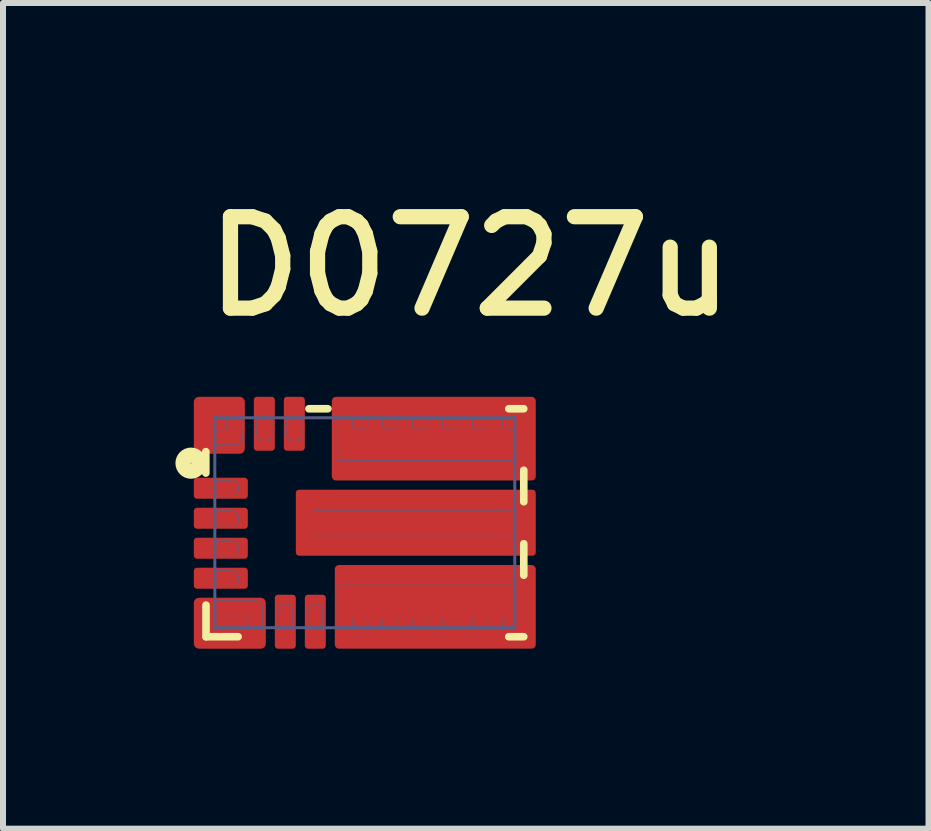
<source format=kicad_pcb>
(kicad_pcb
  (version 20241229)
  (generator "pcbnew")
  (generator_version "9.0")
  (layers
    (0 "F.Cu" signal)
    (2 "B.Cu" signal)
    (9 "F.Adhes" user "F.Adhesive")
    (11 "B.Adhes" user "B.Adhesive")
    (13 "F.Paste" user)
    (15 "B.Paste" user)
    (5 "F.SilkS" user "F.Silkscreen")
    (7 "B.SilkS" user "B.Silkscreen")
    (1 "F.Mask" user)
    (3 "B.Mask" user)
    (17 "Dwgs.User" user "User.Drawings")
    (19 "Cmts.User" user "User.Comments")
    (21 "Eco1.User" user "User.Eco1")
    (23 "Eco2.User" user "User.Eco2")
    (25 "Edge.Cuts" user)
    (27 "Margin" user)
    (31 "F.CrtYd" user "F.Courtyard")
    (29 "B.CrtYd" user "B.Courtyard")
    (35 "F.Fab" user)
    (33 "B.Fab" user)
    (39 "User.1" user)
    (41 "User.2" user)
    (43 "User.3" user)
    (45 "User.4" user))
  (footprint "D0727u"
    (layer "F.Cu")
    (at 3.031 5.664)
    (property "Reference" "D0727u" (at -2.769 -3.378 0) (unlocked yes) (layer "F.SilkS") (effects (font (size 1.524 1.524) (thickness 0.254)) (justify left bottom)))
    (attr smd)
    (fp_poly (pts (xy -2.548 1.56) (xy -1.69 1.56) (xy -1.69 1.29) (xy -2.548 1.29)) (stroke (width 0.03) (type solid)) (fill yes) (layer "F.Mask"))
    (fp_poly (pts (xy -2.057 -0.44) (xy -2.057 -0.71) (xy -2.547 -0.71) (xy -2.547 -0.44)) (stroke (width 0.03) (type solid)) (fill yes) (layer "F.Mask"))
    (fp_poly (pts (xy -2.057 0.06) (xy -2.057 -0.21) (xy -2.547 -0.21) (xy -2.547 0.06)) (stroke (width 0.03) (type solid)) (fill yes) (layer "F.Mask"))
    (fp_poly (pts (xy -2.057 0.56) (xy -2.057 0.29) (xy -2.547 0.29) (xy -2.547 0.56)) (stroke (width 0.03) (type solid)) (fill yes) (layer "F.Mask"))
    (fp_poly (pts (xy -2.057 1.06) (xy -2.057 0.79) (xy -2.547 0.79) (xy -2.547 1.06)) (stroke (width 0.03) (type solid)) (fill yes) (layer "F.Mask"))
    (fp_poly (pts (xy -2.047 -1.56) (xy -2.553 -1.56) (xy -2.553 -1.29) (xy -2.047 -1.29)) (stroke (width 0.03) (type solid)) (fill yes) (layer "F.Mask"))
    (fp_poly (pts (xy -2.04 -1.29) (xy -2.04 -1.796) (xy -2.31 -1.796) (xy -2.31 -1.29)) (stroke (width 0.03) (type solid)) (fill yes) (layer "F.Mask"))
    (fp_poly (pts (xy -1.69 1.795) (xy -1.69 1.305) (xy -1.96 1.305) (xy -1.96 1.795)) (stroke (width 0.03) (type solid)) (fill yes) (layer "F.Mask"))
    (fp_poly (pts (xy -1.54 -1.305) (xy -1.54 -1.795) (xy -1.81 -1.795) (xy -1.81 -1.305)) (stroke (width 0.03) (type solid)) (fill yes) (layer "F.Mask"))
    (fp_poly (pts (xy -1.19 1.795) (xy -1.19 1.305) (xy -1.46 1.305) (xy -1.46 1.795)) (stroke (width 0.03) (type solid)) (fill yes) (layer "F.Mask"))
    (fp_poly (pts (xy -1.04 -1.305) (xy -1.04 -1.795) (xy -1.31 -1.795) (xy -1.31 -1.305)) (stroke (width 0.03) (type solid)) (fill yes) (layer "F.Mask"))
    (fp_poly (pts (xy -0.845 0.192) (xy 2.464 0.192) (xy 2.464 -0.192) (xy -0.845 -0.192)) (stroke (width 0.096) (type solid)) (fill yes) (layer "F.Mask"))
    (fp_poly (pts (xy -0.69 1.795) (xy -0.69 1.305) (xy -0.96 1.305) (xy -0.96 1.795)) (stroke (width 0.03) (type solid)) (fill yes) (layer "F.Mask"))
    (fp_poly (pts (xy -0.446 -1.045) (xy 2.495 -1.045) (xy 2.495 -1.576) (xy -0.446 -1.576)) (stroke (width 0.059) (type solid)) (fill yes) (layer "F.Mask"))
    (fp_poly (pts (xy -0.19 -1.305) (xy -0.19 -1.795) (xy -0.46 -1.795) (xy -0.46 -1.305)) (stroke (width 0.03) (type solid)) (fill yes) (layer "F.Mask"))
    (fp_poly (pts (xy -0.19 1.795) (xy -0.19 1.305) (xy -0.46 1.305) (xy -0.46 1.795)) (stroke (width 0.03) (type solid)) (fill yes) (layer "F.Mask"))
    (fp_poly (pts (xy 0.31 -1.305) (xy 0.31 -1.795) (xy 0.04 -1.795) (xy 0.04 -1.305)) (stroke (width 0.03) (type solid)) (fill yes) (layer "F.Mask"))
    (fp_poly (pts (xy 0.31 1.795) (xy 0.31 1.305) (xy 0.04 1.305) (xy 0.04 1.795)) (stroke (width 0.03) (type solid)) (fill yes) (layer "F.Mask"))
    (fp_poly (pts (xy 0.81 -1.305) (xy 0.81 -1.795) (xy 0.54 -1.795) (xy 0.54 -1.305)) (stroke (width 0.03) (type solid)) (fill yes) (layer "F.Mask"))
    (fp_poly (pts (xy 0.81 1.795) (xy 0.81 1.305) (xy 0.54 1.305) (xy 0.54 1.795)) (stroke (width 0.03) (type solid)) (fill yes) (layer "F.Mask"))
    (fp_poly (pts (xy 1.31 -1.305) (xy 1.31 -1.795) (xy 1.04 -1.795) (xy 1.04 -1.305)) (stroke (width 0.03) (type solid)) (fill yes) (layer "F.Mask"))
    (fp_poly (pts (xy 1.31 1.795) (xy 1.31 1.305) (xy 1.04 1.305) (xy 1.04 1.795)) (stroke (width 0.03) (type solid)) (fill yes) (layer "F.Mask"))
    (fp_poly (pts (xy 1.81 -1.305) (xy 1.81 -1.795) (xy 1.54 -1.795) (xy 1.54 -1.305)) (stroke (width 0.03) (type solid)) (fill yes) (layer "F.Mask"))
    (fp_poly (pts (xy 1.81 1.795) (xy 1.81 1.305) (xy 1.54 1.305) (xy 1.54 1.795)) (stroke (width 0.03) (type solid)) (fill yes) (layer "F.Mask"))
    (fp_poly (pts (xy 2.31 -1.305) (xy 2.31 -1.795) (xy 2.04 -1.795) (xy 2.04 -1.305)) (stroke (width 0.03) (type solid)) (fill yes) (layer "F.Mask"))
    (fp_poly (pts (xy 2.31 1.795) (xy 2.31 1.305) (xy 2.04 1.305) (xy 2.04 1.795)) (stroke (width 0.03) (type solid)) (fill yes) (layer "F.Mask"))
    (fp_poly (pts (xy 2.495 1.045) (xy -0.446 1.045) (xy -0.446 1.576) (xy 2.495 1.576)) (stroke (width 0.059) (type solid)) (fill yes) (layer "F.Mask"))
    (fp_line (start -2.65 -0.828) (end -2.65 -1.185) (stroke (width 0.127) (type solid)) (layer "F.SilkS"))
    (fp_line (start -2.647 1.9) (end -2.647 1.373) (stroke (width 0.127) (type solid)) (layer "F.SilkS"))
    (fp_line (start -2.647 1.9) (end -2.112 1.9) (stroke (width 0.127) (type solid)) (layer "F.SilkS"))
    (fp_line (start -0.932 -1.9) (end -0.615 -1.9) (stroke (width 0.127) (type solid)) (layer "F.SilkS"))
    (fp_line (start 2.4 -1.9) (end 2.65 -1.9) (stroke (width 0.127) (type solid)) (layer "F.SilkS"))
    (fp_line (start 2.4 1.9) (end 2.65 1.9) (stroke (width 0.127) (type solid)) (layer "F.SilkS"))
    (fp_line (start 2.65 -0.35) (end 2.65 -0.875) (stroke (width 0.127) (type solid)) (layer "F.SilkS"))
    (fp_line (start 2.65 0.875) (end 2.65 0.35) (stroke (width 0.127) (type solid)) (layer "F.SilkS"))
    (fp_circle (center -2.897 -0.993) (end -2.897 -0.999) (stroke (width 0.254) (type solid)) (fill no) (layer "F.SilkS"))
    (fp_poly (pts (xy -2.163 -0.512) (xy -2.163 -0.637) (xy -2.438 -0.637) (xy -2.438 -0.512)) (stroke (width 0.125) (type solid)) (fill yes) (layer "F.Paste"))
    (fp_poly (pts (xy -2.163 0.488) (xy -2.163 0.363) (xy -2.438 0.363) (xy -2.438 0.488)) (stroke (width 0.125) (type solid)) (fill yes) (layer "F.Paste"))
    (fp_poly (pts (xy -2.163 -0.013) (xy -2.163 -0.138) (xy -2.438 -0.138) (xy -2.438 -0.013)) (stroke (width 0.125) (type solid)) (fill yes) (layer "F.Paste"))
    (fp_poly (pts (xy -2.163 0.987) (xy -2.163 0.862) (xy -2.438 0.862) (xy -2.438 0.987)) (stroke (width 0.125) (type solid)) (fill yes) (layer "F.Paste"))
    (fp_poly (pts (xy -2.124 -1.376) (xy -2.124 -1.564) (xy -2.386 -1.564) (xy -2.386 -1.376)) (stroke (width 0.188) (type solid)) (fill yes) (layer "F.Paste"))
    (fp_poly (pts (xy -1.76 1.555) (xy -1.76 1.405) (xy -2.405 1.405) (xy -2.405 1.555)) (stroke (width 0.15) (type solid)) (fill yes) (layer "F.Paste"))
    (fp_poly (pts (xy -1.613 -1.688) (xy -1.738 -1.688) (xy -1.738 -1.413) (xy -1.613 -1.413)) (stroke (width 0.125) (type solid)) (fill yes) (layer "F.Paste"))
    (fp_poly (pts (xy -1.388 1.688) (xy -1.263 1.688) (xy -1.263 1.413) (xy -1.388 1.413)) (stroke (width 0.125) (type solid)) (fill yes) (layer "F.Paste"))
    (fp_poly (pts (xy -1.113 -1.688) (xy -1.238 -1.688) (xy -1.238 -1.413) (xy -1.113 -1.413)) (stroke (width 0.125) (type solid)) (fill yes) (layer "F.Paste"))
    (fp_poly (pts (xy -0.888 1.688) (xy -0.763 1.688) (xy -0.763 1.413) (xy -0.888 1.413)) (stroke (width 0.125) (type solid)) (fill yes) (layer "F.Paste"))
    (fp_poly (pts (xy -0.38 -1.135) (xy 2.45 -1.135) (xy 2.45 -1.615) (xy -0.38 -1.615)) (stroke (width 0.12) (type solid)) (fill yes) (layer "F.Paste"))
    (fp_poly (pts (xy -0.38 1.615) (xy 2.45 1.615) (xy 2.45 1.135) (xy -0.38 1.135)) (stroke (width 0.12) (type solid)) (fill yes) (layer "F.Paste"))
    (fp_poly (pts (xy 2.393 0.107) (xy 2.393 -0.108) (xy -0.748 -0.108) (xy -0.748 0.107)) (stroke (width 0.215) (type solid)) (fill yes) (layer "F.Paste"))
    (fp_line (start -2.5 -1.75) (end 2.5 -1.75) (stroke (width 0.05) (type solid)) (layer "B.Fab"))
    (fp_line (start -2.5 -1.55) (end -2.3 -1.55) (stroke (width 0.013) (type solid)) (layer "B.Fab"))
    (fp_line (start -2.5 -1.3) (end -2.5 -1.55) (stroke (width 0.013) (type solid)) (layer "B.Fab"))
    (fp_line (start -2.5 -1.3) (end -2.16 -1.3) (stroke (width 0.013) (type solid)) (layer "B.Fab"))
    (fp_line (start -2.5 -0.7) (end -2.225 -0.7) (stroke (width 0.013) (type solid)) (layer "B.Fab"))
    (fp_line (start -2.5 -0.45) (end -2.5 -0.7) (stroke (width 0.013) (type solid)) (layer "B.Fab"))
    (fp_line (start -2.5 -0.45) (end -2.225 -0.45) (stroke (width 0.013) (type solid)) (layer "B.Fab"))
    (fp_line (start -2.5 -0.2) (end -2.225 -0.2) (stroke (width 0.013) (type solid)) (layer "B.Fab"))
    (fp_line (start -2.5 0.05) (end -2.5 -0.2) (stroke (width 0.013) (type solid)) (layer "B.Fab"))
    (fp_line (start -2.5 0.05) (end -2.225 0.05) (stroke (width 0.013) (type solid)) (layer "B.Fab"))
    (fp_line (start -2.5 0.3) (end -2.225 0.3) (stroke (width 0.013) (type solid)) (layer "B.Fab"))
    (fp_line (start -2.5 0.55) (end -2.5 0.3) (stroke (width 0.013) (type solid)) (layer "B.Fab"))
    (fp_line (start -2.5 0.55) (end -2.225 0.55) (stroke (width 0.013) (type solid)) (layer "B.Fab"))
    (fp_line (start -2.5 0.8) (end -2.225 0.8) (stroke (width 0.013) (type solid)) (layer "B.Fab"))
    (fp_line (start -2.5 1.05) (end -2.5 0.8) (stroke (width 0.013) (type solid)) (layer "B.Fab"))
    (fp_line (start -2.5 1.05) (end -2.225 1.05) (stroke (width 0.013) (type solid)) (layer "B.Fab"))
    (fp_line (start -2.5 1.3) (end -1.825 1.3) (stroke (width 0.013) (type solid)) (layer "B.Fab"))
    (fp_line (start -2.5 1.55) (end -2.5 1.3) (stroke (width 0.013) (type solid)) (layer "B.Fab"))
    (fp_line (start -2.5 1.55) (end -1.95 1.55) (stroke (width 0.013) (type solid)) (layer "B.Fab"))
    (fp_line (start -2.5 1.75) (end -2.5 -1.75) (stroke (width 0.05) (type solid)) (layer "B.Fab"))
    (fp_line (start -2.5 1.75) (end 2.5 1.75) (stroke (width 0.05) (type solid)) (layer "B.Fab"))
    (fp_line (start -2.3 -1.75) (end -2.05 -1.75) (stroke (width 0.013) (type solid)) (layer "B.Fab"))
    (fp_line (start -2.3 -1.55) (end -2.3 -1.75) (stroke (width 0.013) (type solid)) (layer "B.Fab"))
    (fp_line (start -2.05 -1.484) (end -2.05 -1.75) (stroke (width 0.013) (type solid)) (layer "B.Fab"))
    (fp_line (start -1.95 1.75) (end -1.95 1.55) (stroke (width 0.013) (type solid)) (layer "B.Fab"))
    (fp_line (start -1.95 1.75) (end -1.7 1.75) (stroke (width 0.013) (type solid)) (layer "B.Fab"))
    (fp_line (start -1.8 -1.75) (end -1.55 -1.75) (stroke (width 0.013) (type solid)) (layer "B.Fab"))
    (fp_line (start -1.8 -1.475) (end -1.8 -1.75) (stroke (width 0.013) (type solid)) (layer "B.Fab"))
    (fp_line (start -1.7 1.75) (end -1.7 1.425) (stroke (width 0.013) (type solid)) (layer "B.Fab"))
    (fp_line (start -1.55 -1.475) (end -1.55 -1.75) (stroke (width 0.013) (type solid)) (layer "B.Fab"))
    (fp_line (start -1.45 1.75) (end -1.45 1.475) (stroke (width 0.013) (type solid)) (layer "B.Fab"))
    (fp_line (start -1.45 1.75) (end -1.2 1.75) (stroke (width 0.013) (type solid)) (layer "B.Fab"))
    (fp_line (start -1.3 -1.75) (end -1.05 -1.75) (stroke (width 0.013) (type solid)) (layer "B.Fab"))
    (fp_line (start -1.3 -1.475) (end -1.3 -1.75) (stroke (width 0.013) (type solid)) (layer "B.Fab"))
    (fp_line (start -1.2 1.75) (end -1.2 1.475) (stroke (width 0.013) (type solid)) (layer "B.Fab"))
    (fp_line (start -1.05 -1.475) (end -1.05 -1.75) (stroke (width 0.013) (type solid)) (layer "B.Fab"))
    (fp_line (start -0.95 1.75) (end -0.95 1.475) (stroke (width 0.013) (type solid)) (layer "B.Fab"))
    (fp_line (start -0.95 1.75) (end -0.7 1.75) (stroke (width 0.013) (type solid)) (layer "B.Fab"))
    (fp_line (start -0.855 -0.215) (end 2.3 -0.215) (stroke (width 0.013) (type solid)) (layer "B.Fab"))
    (fp_line (start -0.855 -0.215) (end 2.5 -0.215) (stroke (width 0.013) (type solid)) (layer "B.Fab"))
    (fp_line (start -0.855 -0.215) (end 2.5 -0.215) (stroke (width 0.013) (type solid)) (layer "B.Fab"))
    (fp_line (start -0.855 0.215) (end -0.855 -0.215) (stroke (width 0.013) (type solid)) (layer "B.Fab"))
    (fp_line (start -0.855 0.215) (end -0.855 -0.215) (stroke (width 0.013) (type solid)) (layer "B.Fab"))
    (fp_line (start -0.855 0.215) (end 2.3 0.215) (stroke (width 0.013) (type solid)) (layer "B.Fab"))
    (fp_line (start -0.855 0.215) (end 2.5 0.215) (stroke (width 0.013) (type solid)) (layer "B.Fab"))
    (fp_line (start -0.855 0.215) (end 2.5 0.215) (stroke (width 0.013) (type solid)) (layer "B.Fab"))
    (fp_line (start -0.7 1.75) (end -0.7 1.475) (stroke (width 0.013) (type solid)) (layer "B.Fab"))
    (fp_line (start -0.45 -1.75) (end -0.2 -1.75) (stroke (width 0.013) (type solid)) (layer "B.Fab"))
    (fp_line (start -0.45 -1.04) (end -0.45 -1.75) (stroke (width 0.013) (type solid)) (layer "B.Fab"))
    (fp_line (start -0.45 -1.04) (end 2.5 -1.04) (stroke (width 0.013) (type solid)) (layer "B.Fab"))
    (fp_line (start -0.45 1.04) (end 2.5 1.04) (stroke (width 0.013) (type solid)) (layer "B.Fab"))
    (fp_line (start -0.45 1.75) (end -0.45 1.04) (stroke (width 0.013) (type solid)) (layer "B.Fab"))
    (fp_line (start -0.45 1.75) (end -0.2 1.75) (stroke (width 0.013) (type solid)) (layer "B.Fab"))
    (fp_line (start -0.2 -1.652) (end -0.2 -1.75) (stroke (width 0.013) (type solid)) (layer "B.Fab"))
    (fp_line (start -0.2 -1.615) (end -0.2 -1.652) (stroke (width 0.013) (type solid)) (layer "B.Fab"))
    (fp_line (start -0.2 1.652) (end -0.2 1.615) (stroke (width 0.013) (type solid)) (layer "B.Fab"))
    (fp_line (start -0.2 1.75) (end -0.2 1.652) (stroke (width 0.013) (type solid)) (layer "B.Fab"))
    (fp_line (start -0.165 -1.58) (end 0.015 -1.58) (stroke (width 0.013) (type solid)) (layer "B.Fab"))
    (fp_line (start -0.165 1.58) (end 0.015 1.58) (stroke (width 0.013) (type solid)) (layer "B.Fab"))
    (fp_line (start 0.05 -1.75) (end 0.3 -1.75) (stroke (width 0.013) (type solid)) (layer "B.Fab"))
    (fp_line (start 0.05 -1.652) (end 0.05 -1.75) (stroke (width 0.013) (type solid)) (layer "B.Fab"))
    (fp_line (start 0.05 -1.615) (end 0.05 -1.652) (stroke (width 0.013) (type solid)) (layer "B.Fab"))
    (fp_line (start 0.05 1.652) (end 0.05 1.615) (stroke (width 0.013) (type solid)) (layer "B.Fab"))
    (fp_line (start 0.05 1.75) (end 0.05 1.652) (stroke (width 0.013) (type solid)) (layer "B.Fab"))
    (fp_line (start 0.05 1.75) (end 0.3 1.75) (stroke (width 0.013) (type solid)) (layer "B.Fab"))
    (fp_line (start 0.3 -1.652) (end 0.3 -1.75) (stroke (width 0.013) (type solid)) (layer "B.Fab"))
    (fp_line (start 0.3 -1.615) (end 0.3 -1.652) (stroke (width 0.013) (type solid)) (layer "B.Fab"))
    (fp_line (start 0.3 1.652) (end 0.3 1.615) (stroke (width 0.013) (type solid)) (layer "B.Fab"))
    (fp_line (start 0.3 1.75) (end 0.3 1.652) (stroke (width 0.013) (type solid)) (layer "B.Fab"))
    (fp_line (start 0.335 -1.58) (end 0.515 -1.58) (stroke (width 0.013) (type solid)) (layer "B.Fab"))
    (fp_line (start 0.335 1.58) (end 0.515 1.58) (stroke (width 0.013) (type solid)) (layer "B.Fab"))
    (fp_line (start 0.55 -1.75) (end 0.8 -1.75) (stroke (width 0.013) (type solid)) (layer "B.Fab"))
    (fp_line (start 0.55 -1.652) (end 0.55 -1.75) (stroke (width 0.013) (type solid)) (layer "B.Fab"))
    (fp_line (start 0.55 -1.615) (end 0.55 -1.652) (stroke (width 0.013) (type solid)) (layer "B.Fab"))
    (fp_line (start 0.55 1.652) (end 0.55 1.615) (stroke (width 0.013) (type solid)) (layer "B.Fab"))
    (fp_line (start 0.55 1.75) (end 0.55 1.652) (stroke (width 0.013) (type solid)) (layer "B.Fab"))
    (fp_line (start 0.55 1.75) (end 0.8 1.75) (stroke (width 0.013) (type solid)) (layer "B.Fab"))
    (fp_line (start 0.8 -1.652) (end 0.8 -1.75) (stroke (width 0.013) (type solid)) (layer "B.Fab"))
    (fp_line (start 0.8 -1.615) (end 0.8 -1.652) (stroke (width 0.013) (type solid)) (layer "B.Fab"))
    (fp_line (start 0.8 1.652) (end 0.8 1.615) (stroke (width 0.013) (type solid)) (layer "B.Fab"))
    (fp_line (start 0.8 1.75) (end 0.8 1.652) (stroke (width 0.013) (type solid)) (layer "B.Fab"))
    (fp_line (start 0.835 -1.58) (end 1.015 -1.58) (stroke (width 0.013) (type solid)) (layer "B.Fab"))
    (fp_line (start 0.835 1.58) (end 1.015 1.58) (stroke (width 0.013) (type solid)) (layer "B.Fab"))
    (fp_line (start 1.05 -1.75) (end 1.3 -1.75) (stroke (width 0.013) (type solid)) (layer "B.Fab"))
    (fp_line (start 1.05 -1.652) (end 1.05 -1.75) (stroke (width 0.013) (type solid)) (layer "B.Fab"))
    (fp_line (start 1.05 -1.615) (end 1.05 -1.652) (stroke (width 0.013) (type solid)) (layer "B.Fab"))
    (fp_line (start 1.05 1.652) (end 1.05 1.615) (stroke (width 0.013) (type solid)) (layer "B.Fab"))
    (fp_line (start 1.05 1.75) (end 1.05 1.652) (stroke (width 0.013) (type solid)) (layer "B.Fab"))
    (fp_line (start 1.05 1.75) (end 1.3 1.75) (stroke (width 0.013) (type solid)) (layer "B.Fab"))
    (fp_line (start 1.3 -1.652) (end 1.3 -1.75) (stroke (width 0.013) (type solid)) (layer "B.Fab"))
    (fp_line (start 1.3 -1.615) (end 1.3 -1.652) (stroke (width 0.013) (type solid)) (layer "B.Fab"))
    (fp_line (start 1.3 1.652) (end 1.3 1.615) (stroke (width 0.013) (type solid)) (layer "B.Fab"))
    (fp_line (start 1.3 1.75) (end 1.3 1.652) (stroke (width 0.013) (type solid)) (layer "B.Fab"))
    (fp_line (start 1.335 -1.58) (end 1.515 -1.58) (stroke (width 0.013) (type solid)) (layer "B.Fab"))
    (fp_line (start 1.335 1.58) (end 1.515 1.58) (stroke (width 0.013) (type solid)) (layer "B.Fab"))
    (fp_line (start 1.55 -1.75) (end 1.8 -1.75) (stroke (width 0.013) (type solid)) (layer "B.Fab"))
    (fp_line (start 1.55 -1.652) (end 1.55 -1.75) (stroke (width 0.013) (type solid)) (layer "B.Fab"))
    (fp_line (start 1.55 -1.615) (end 1.55 -1.652) (stroke (width 0.013) (type solid)) (layer "B.Fab"))
    (fp_line (start 1.55 1.652) (end 1.55 1.615) (stroke (width 0.013) (type solid)) (layer "B.Fab"))
    (fp_line (start 1.55 1.75) (end 1.55 1.652) (stroke (width 0.013) (type solid)) (layer "B.Fab"))
    (fp_line (start 1.55 1.75) (end 1.8 1.75) (stroke (width 0.013) (type solid)) (layer "B.Fab"))
    (fp_line (start 1.8 -1.652) (end 1.8 -1.75) (stroke (width 0.013) (type solid)) (layer "B.Fab"))
    (fp_line (start 1.8 -1.615) (end 1.8 -1.652) (stroke (width 0.013) (type solid)) (layer "B.Fab"))
    (fp_line (start 1.8 1.652) (end 1.8 1.615) (stroke (width 0.013) (type solid)) (layer "B.Fab"))
    (fp_line (start 1.8 1.75) (end 1.8 1.652) (stroke (width 0.013) (type solid)) (layer "B.Fab"))
    (fp_line (start 1.835 -1.58) (end 2.015 -1.58) (stroke (width 0.013) (type solid)) (layer "B.Fab"))
    (fp_line (start 1.835 1.58) (end 2.015 1.58) (stroke (width 0.013) (type solid)) (layer "B.Fab"))
    (fp_line (start 2.05 -1.75) (end 2.3 -1.75) (stroke (width 0.013) (type solid)) (layer "B.Fab"))
    (fp_line (start 2.05 -1.652) (end 2.05 -1.75) (stroke (width 0.013) (type solid)) (layer "B.Fab"))
    (fp_line (start 2.05 -1.615) (end 2.05 -1.652) (stroke (width 0.013) (type solid)) (layer "B.Fab"))
    (fp_line (start 2.05 1.652) (end 2.05 1.615) (stroke (width 0.013) (type solid)) (layer "B.Fab"))
    (fp_line (start 2.05 1.75) (end 2.05 1.652) (stroke (width 0.013) (type solid)) (layer "B.Fab"))
    (fp_line (start 2.05 1.75) (end 2.3 1.75) (stroke (width 0.013) (type solid)) (layer "B.Fab"))
    (fp_line (start 2.3 -1.632) (end 2.3 -1.75) (stroke (width 0.013) (type solid)) (layer "B.Fab"))
    (fp_line (start 2.3 1.75) (end 2.3 1.632) (stroke (width 0.013) (type solid)) (layer "B.Fab"))
    (fp_line (start 2.352 -1.58) (end 2.5 -1.58) (stroke (width 0.013) (type solid)) (layer "B.Fab"))
    (fp_line (start 2.352 1.58) (end 2.5 1.58) (stroke (width 0.013) (type solid)) (layer "B.Fab"))
    (fp_line (start 2.5 -1.04) (end 2.5 -1.58) (stroke (width 0.013) (type solid)) (layer "B.Fab"))
    (fp_line (start 2.5 0.215) (end 2.5 -0.215) (stroke (width 0.013) (type solid)) (layer "B.Fab"))
    (fp_line (start 2.5 0.215) (end 2.5 -0.215) (stroke (width 0.013) (type solid)) (layer "B.Fab"))
    (fp_line (start 2.5 1.58) (end 2.5 1.04) (stroke (width 0.013) (type solid)) (layer "B.Fab"))
    (fp_line (start 2.5 1.75) (end 2.5 -1.75) (stroke (width 0.05) (type solid)) (layer "B.Fab"))
    (fp_arc (start -2.225 -0.7) (mid -2.1 -0.575) (end -2.225 -0.45) (stroke (width 0.0127) (type solid)) (layer "B.Fab"))
    (fp_arc (start -2.225 -0.2) (mid -2.1 -0.075) (end -2.225 0.05) (stroke (width 0.0127) (type solid)) (layer "B.Fab"))
    (fp_arc (start -2.225 0.3) (mid -2.1 0.425) (end -2.225 0.55) (stroke (width 0.0127) (type solid)) (layer "B.Fab"))
    (fp_arc (start -2.225 0.8) (mid -2.1 0.925) (end -2.225 1.05) (stroke (width 0.0127) (type solid)) (layer "B.Fab"))
    (fp_arc (start -2.05 -1.484372) (mid -2.052653 -1.360955) (end -2.16 -1.3) (stroke (width 0.0127) (type solid)) (layer "B.Fab"))
    (fp_arc (start -1.825 1.3) (mid -1.736612 1.336612) (end -1.7 1.425) (stroke (width 0.0127) (type solid)) (layer "B.Fab"))
    (fp_arc (start -1.55 -1.475) (mid -1.675 -1.35) (end -1.8 -1.475) (stroke (width 0.0127) (type solid)) (layer "B.Fab"))
    (fp_arc (start -1.45 1.475) (mid -1.325 1.35) (end -1.2 1.475) (stroke (width 0.0127) (type solid)) (layer "B.Fab"))
    (fp_arc (start -1.05 -1.475) (mid -1.175 -1.35) (end -1.3 -1.475) (stroke (width 0.0127) (type solid)) (layer "B.Fab"))
    (fp_arc (start -0.95 1.475) (mid -0.825 1.35) (end -0.7 1.475) (stroke (width 0.0127) (type solid)) (layer "B.Fab"))
    (fp_arc (start -0.2 1.615) (mid -0.189749 1.590251) (end -0.165 1.58) (stroke (width 0.0127) (type solid)) (layer "B.Fab"))
    (fp_arc (start -0.165 -1.58) (mid -0.189749 -1.590251) (end -0.2 -1.615) (stroke (width 0.0127) (type solid)) (layer "B.Fab"))
    (fp_arc (start 0.014999 1.58) (mid 0.039748 1.590251) (end 0.05 1.614999) (stroke (width 0.0127) (type solid)) (layer "B.Fab"))
    (fp_arc (start 0.05 -1.614999) (mid 0.039748 -1.590251) (end 0.014999 -1.58) (stroke (width 0.0127) (type solid)) (layer "B.Fab"))
    (fp_arc (start 0.3 1.614999) (mid 0.310252 1.590251) (end 0.335001 1.58) (stroke (width 0.0127) (type solid)) (layer "B.Fab"))
    (fp_arc (start 0.335001 -1.58) (mid 0.310252 -1.590251) (end 0.3 -1.614999) (stroke (width 0.0127) (type solid)) (layer "B.Fab"))
    (fp_arc (start 0.515 1.58) (mid 0.539749 1.590251) (end 0.55 1.615) (stroke (width 0.0127) (type solid)) (layer "B.Fab"))
    (fp_arc (start 0.55 -1.615) (mid 0.539749 -1.590251) (end 0.515 -1.58) (stroke (width 0.0127) (type solid)) (layer "B.Fab"))
    (fp_arc (start 0.8 1.615) (mid 0.810251 1.590251) (end 0.835 1.58) (stroke (width 0.0127) (type solid)) (layer "B.Fab"))
    (fp_arc (start 0.835 -1.58) (mid 0.810251 -1.590251) (end 0.8 -1.615) (stroke (width 0.0127) (type solid)) (layer "B.Fab"))
    (fp_arc (start 1.014999 1.58) (mid 1.039748 1.590251) (end 1.05 1.614999) (stroke (width 0.0127) (type solid)) (layer "B.Fab"))
    (fp_arc (start 1.05 -1.614999) (mid 1.039748 -1.590251) (end 1.014999 -1.58) (stroke (width 0.0127) (type solid)) (layer "B.Fab"))
    (fp_arc (start 1.3 1.615) (mid 1.310251 1.590251) (end 1.335 1.58) (stroke (width 0.0127) (type solid)) (layer "B.Fab"))
    (fp_arc (start 1.335 -1.58) (mid 1.310251 -1.590251) (end 1.3 -1.615) (stroke (width 0.0127) (type solid)) (layer "B.Fab"))
    (fp_arc (start 1.515 1.58) (mid 1.539749 1.590251) (end 1.55 1.615) (stroke (width 0.0127) (type solid)) (layer "B.Fab"))
    (fp_arc (start 1.55 -1.615) (mid 1.539749 -1.590251) (end 1.515 -1.58) (stroke (width 0.0127) (type solid)) (layer "B.Fab"))
    (fp_arc (start 1.8 1.614999) (mid 1.810252 1.590251) (end 1.835001 1.58) (stroke (width 0.0127) (type solid)) (layer "B.Fab"))
    (fp_arc (start 1.835001 -1.58) (mid 1.810252 -1.590251) (end 1.8 -1.614999) (stroke (width 0.0127) (type solid)) (layer "B.Fab"))
    (fp_arc (start 2.014999 1.58) (mid 2.039748 1.590251) (end 2.05 1.614999) (stroke (width 0.0127) (type solid)) (layer "B.Fab"))
    (fp_arc (start 2.05 -1.614999) (mid 2.039748 -1.590251) (end 2.014999 -1.58) (stroke (width 0.0127) (type solid)) (layer "B.Fab"))
    (fp_arc (start 2.3 1.6318) (mid 2.315172 1.595172) (end 2.3518 1.58) (stroke (width 0.0127) (type solid)) (layer "B.Fab"))
    (fp_arc (start 2.3518 -1.58) (mid 2.315172 -1.595172) (end 2.3 -1.6318) (stroke (width 0.0127) (type solid)) (layer "B.Fab"))
    (pad "1" smd roundrect (at -2.4 -0.575 270) (size 0.35 0.9) (layers "F.Cu" "F.Mask" "F.Paste") (roundrect_rratio 0.15))
    (pad "2" smd roundrect (at -2.4 -0.075 270) (size 0.35 0.9) (layers "F.Cu" "F.Mask" "F.Paste") (roundrect_rratio 0.15))
    (pad "3" smd roundrect (at -2.4 0.425 270) (size 0.35 0.9) (layers "F.Cu" "F.Mask" "F.Paste") (roundrect_rratio 0.15))
    (pad "4" smd roundrect (at -2.4 0.925 270) (size 0.35 0.9) (layers "F.Cu" "F.Mask" "F.Paste") (roundrect_rratio 0.15))
    (pad "5" smd roundrect (at -2.25 1.675) (size 1.2 0.85) (layers "F.Cu" "F.Mask" "F.Paste") (roundrect_rratio 0.1))
    (pad "6" smd roundrect (at -1.325 1.65 180) (size 0.35 0.9) (layers "F.Cu" "F.Mask" "F.Paste") (roundrect_rratio 0.15))
    (pad "7" smd roundrect (at -0.825 1.65 180) (size 0.35 0.9) (layers "F.Cu" "F.Mask" "F.Paste") (roundrect_rratio 0.15))
    (pad "8" smd roundrect (at 1.175 1.402) (size 3.35 1.395) (layers "F.Cu" "F.Mask" "F.Paste") (roundrect_rratio 0.05))
    (pad "9" smd roundrect (at 0.85 -0.00046) (size 4 1.1) (layers "F.Cu" "F.Mask" "F.Paste") (roundrect_rratio 0.05))
    (pad "10" smd roundrect (at 1.15 -1.402) (size 3.4 1.395) (layers "F.Cu" "F.Mask" "F.Paste") (roundrect_rratio 0.05))
    (pad "11" smd roundrect (at -1.175 -1.65 180) (size 0.35 0.9) (layers "F.Cu" "F.Mask" "F.Paste") (roundrect_rratio 0.15))
    (pad "12" smd roundrect (at -1.675 -1.65) (size 0.35 0.9) (layers "F.Cu" "F.Mask" "F.Paste") (roundrect_rratio 0.15))
    (pad "13" smd roundrect (at -2.425 -1.625) (size 0.85 0.95) (layers "F.Cu" "F.Mask" "F.Paste") (roundrect_rratio 0.1)))
  (gr_rect
    (start -3 -3)
    (end 12.428 10.764)
    (stroke (width 0.1) (type default))
    (fill no)
    (layer "Edge.Cuts")))
</source>
